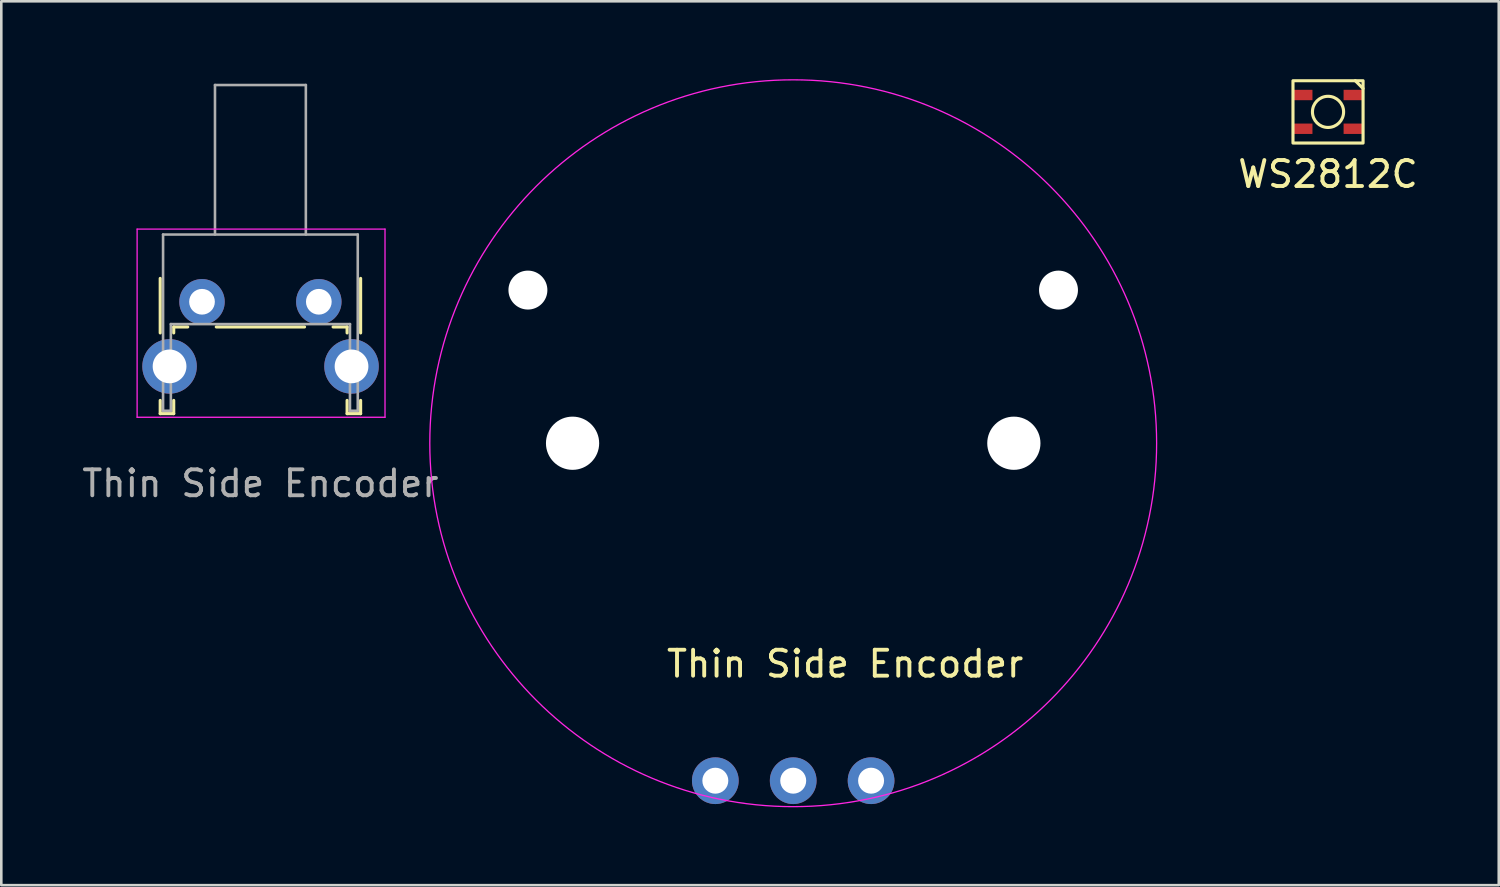
<source format=kicad_pcb>
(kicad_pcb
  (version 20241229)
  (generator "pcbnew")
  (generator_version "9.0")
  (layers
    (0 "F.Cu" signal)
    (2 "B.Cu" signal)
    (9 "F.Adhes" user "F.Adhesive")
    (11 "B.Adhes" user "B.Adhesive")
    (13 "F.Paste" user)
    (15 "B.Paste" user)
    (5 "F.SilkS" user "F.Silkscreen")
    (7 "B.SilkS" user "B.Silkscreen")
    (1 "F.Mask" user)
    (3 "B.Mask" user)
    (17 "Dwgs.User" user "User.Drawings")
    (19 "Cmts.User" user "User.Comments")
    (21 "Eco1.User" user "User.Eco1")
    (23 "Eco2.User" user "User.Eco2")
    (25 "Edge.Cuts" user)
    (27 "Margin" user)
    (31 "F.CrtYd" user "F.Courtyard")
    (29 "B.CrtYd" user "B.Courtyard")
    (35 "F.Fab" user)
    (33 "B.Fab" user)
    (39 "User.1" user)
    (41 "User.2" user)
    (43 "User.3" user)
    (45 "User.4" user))
  (footprint "WS2812C"
    (layer "F.Cu")
    (at 48.11 1.26)
    (property "Reference" "WS2812C" (at 0 2.4 0) (unlocked yes) (layer "F.SilkS") (effects (font (size 1 1) (thickness 0.15))))
    (attr smd)
    (fp_line (start 1.05 -1.2) (end 1.35 -0.9) (stroke (width 0.12) (type default)) (layer "F.SilkS"))
    (fp_rect (start -1.35 -1.2) (end 1.35 1.2) (stroke (width 0.12) (type default)) (fill no) (layer "F.SilkS"))
    (fp_circle (center 0 0) (end 0.6 0) (stroke (width 0.12) (type default)) (fill no) (layer "F.SilkS"))
    (pad "1" smd rect (at -0.975 0.65) (size 0.75 0.4) (layers "F.Cu" "F.Mask" "F.Paste"))
    (pad "2" smd rect (at 0.975 0.65) (size 0.75 0.4) (layers "F.Cu" "F.Mask" "F.Paste"))
    (pad "3" smd rect (at 0.975 -0.65) (size 0.75 0.4) (layers "F.Cu" "F.Mask" "F.Paste"))
    (pad "4" smd rect (at -0.975 -0.65) (size 0.75 0.4) (layers "F.Cu" "F.Mask" "F.Paste")))
  (footprint "Thin Side Encoder"
    (layer "F.Cu")
    (at 27.507 14.025)
    (property "Reference" "Thin Side Encoder" (at 2 8.5 0) (layer "F.SilkS") (effects (font (size 1 1) (thickness 0.15))))
    (attr through_hole exclude_from_pos_files exclude_from_bom)
    (fp_line (start -24.385 -6.35) (end -24.385 -4.25) (stroke (width 0.12) (type solid)) (layer "F.SilkS"))
    (fp_line (start -24.385 -1.65) (end -24.385 -1.14) (stroke (width 0.12) (type solid)) (layer "F.SilkS"))
    (fp_line (start -24.385 -1.14) (end -23.865 -1.14) (stroke (width 0.12) (type solid)) (layer "F.SilkS"))
    (fp_line (start -23.865 -4.48) (end -23.865 -4.25) (stroke (width 0.12) (type solid)) (layer "F.SilkS"))
    (fp_line (start -23.865 -4.48) (end -23.325 -4.48) (stroke (width 0.12) (type solid)) (layer "F.SilkS"))
    (fp_line (start -23.865 -1.65) (end -23.865 -1.14) (stroke (width 0.12) (type solid)) (layer "F.SilkS"))
    (fp_line (start -22.225 -4.48) (end -18.825 -4.48) (stroke (width 0.12) (type solid)) (layer "F.SilkS"))
    (fp_line (start -17.725 -4.48) (end -17.185 -4.48) (stroke (width 0.12) (type solid)) (layer "F.SilkS"))
    (fp_line (start -17.185 -4.48) (end -17.185 -4.25) (stroke (width 0.12) (type solid)) (layer "F.SilkS"))
    (fp_line (start -17.185 -1.65) (end -17.185 -1.14) (stroke (width 0.12) (type solid)) (layer "F.SilkS"))
    (fp_line (start -17.185 -1.14) (end -16.665 -1.14) (stroke (width 0.12) (type solid)) (layer "F.SilkS"))
    (fp_line (start -16.665 -6.35) (end -16.665 -4.25) (stroke (width 0.12) (type solid)) (layer "F.SilkS"))
    (fp_line (start -16.665 -1.65) (end -16.665 -1.14) (stroke (width 0.12) (type solid)) (layer "F.SilkS"))
    (fp_line (start -25.275 -8.25) (end -15.725 -8.25) (stroke (width 0.05) (type solid)) (layer "F.CrtYd"))
    (fp_line (start -25.275 -1) (end -25.275 -8.25) (stroke (width 0.05) (type solid)) (layer "F.CrtYd"))
    (fp_line (start -15.725 -8.25) (end -15.725 -1) (stroke (width 0.05) (type solid)) (layer "F.CrtYd"))
    (fp_line (start -15.725 -1) (end -25.275 -1) (stroke (width 0.05) (type solid)) (layer "F.CrtYd"))
    (fp_circle (center 0 0) (end 14 0) (stroke (width 0.05) (type default)) (fill no) (layer "F.CrtYd"))
    (fp_line (start -24.275 -8.04) (end -16.775 -8.04) (stroke (width 0.1) (type solid)) (layer "F.Fab"))
    (fp_line (start -24.275 -1.25) (end -24.275 -8.04) (stroke (width 0.1) (type solid)) (layer "F.Fab"))
    (fp_line (start -24.275 -1.25) (end -23.975 -1.25) (stroke (width 0.1) (type solid)) (layer "F.Fab"))
    (fp_line (start -23.975 -4.59) (end -17.075 -4.59) (stroke (width 0.1) (type solid)) (layer "F.Fab"))
    (fp_line (start -23.975 -1.25) (end -23.975 -4.59) (stroke (width 0.1) (type solid)) (layer "F.Fab"))
    (fp_line (start -22.275 -13.8) (end -22.275 -8.04) (stroke (width 0.1) (type solid)) (layer "F.Fab"))
    (fp_line (start -22.275 -13.8) (end -18.775 -13.8) (stroke (width 0.1) (type solid)) (layer "F.Fab"))
    (fp_line (start -18.775 -13.8) (end -18.775 -8.04) (stroke (width 0.1) (type solid)) (layer "F.Fab"))
    (fp_line (start -17.075 -1.25) (end -17.075 -4.59) (stroke (width 0.1) (type solid)) (layer "F.Fab"))
    (fp_line (start -17.075 -1.25) (end -16.775 -1.25) (stroke (width 0.1) (type solid)) (layer "F.Fab"))
    (fp_line (start -16.775 -1.25) (end -16.775 -8.04) (stroke (width 0.1) (type solid)) (layer "F.Fab"))
    (fp_text user "${REFERENCE}" (at -20.525 1.55 0) (layer "F.Fab") (effects (font (size 1 1) (thickness 0.15))))
    (pad "" thru_hole circle (at -24.025 -2.96) (size 2.1 2.1) (drill 1.3) (layers "*.Cu" "*.Mask"))
    (pad "" thru_hole circle (at -17.015 -2.96) (size 2.1 2.1) (drill 1.3) (layers "*.Cu" "*.Mask"))
    (pad "" np_thru_hole circle (at -10.22 -5.9) (size 1.5 1.5) (drill 1.5) (layers "*.Cu" "*.Mask"))
    (pad "" np_thru_hole circle (at -8.5 0) (size 2.05 2.05) (drill 2.05) (layers "*.Cu" "*.Mask"))
    (pad "" np_thru_hole circle (at 8.5 0) (size 2.05 2.05) (drill 2.05) (layers "*.Cu" "*.Mask"))
    (pad "" np_thru_hole circle (at 10.22 -5.9) (size 1.5 1.5) (drill 1.5) (layers "*.Cu" "*.Mask"))
    (pad "1" thru_hole circle (at -22.775 -5.45) (size 1.75 1.75) (drill 0.99) (layers "*.Cu" "*.Mask"))
    (pad "2" thru_hole circle (at -18.275 -5.45) (size 1.75 1.75) (drill 0.99) (layers "*.Cu" "*.Mask"))
    (pad "A" thru_hole circle (at 3 13) (size 1.8 1.8) (drill 1) (layers "*.Cu" "*.Mask"))
    (pad "B" thru_hole circle (at -3 13) (size 1.8 1.8) (drill 1) (layers "*.Cu" "*.Mask"))
    (pad "C" thru_hole circle (at 0 13) (size 1.8 1.8) (drill 1) (layers "*.Cu" "*.Mask")))
  (gr_rect
    (start -3 -3)
    (end 54.687 31.05)
    (stroke (width 0.1) (type default))
    (fill no)
    (layer "Edge.Cuts")))
</source>
